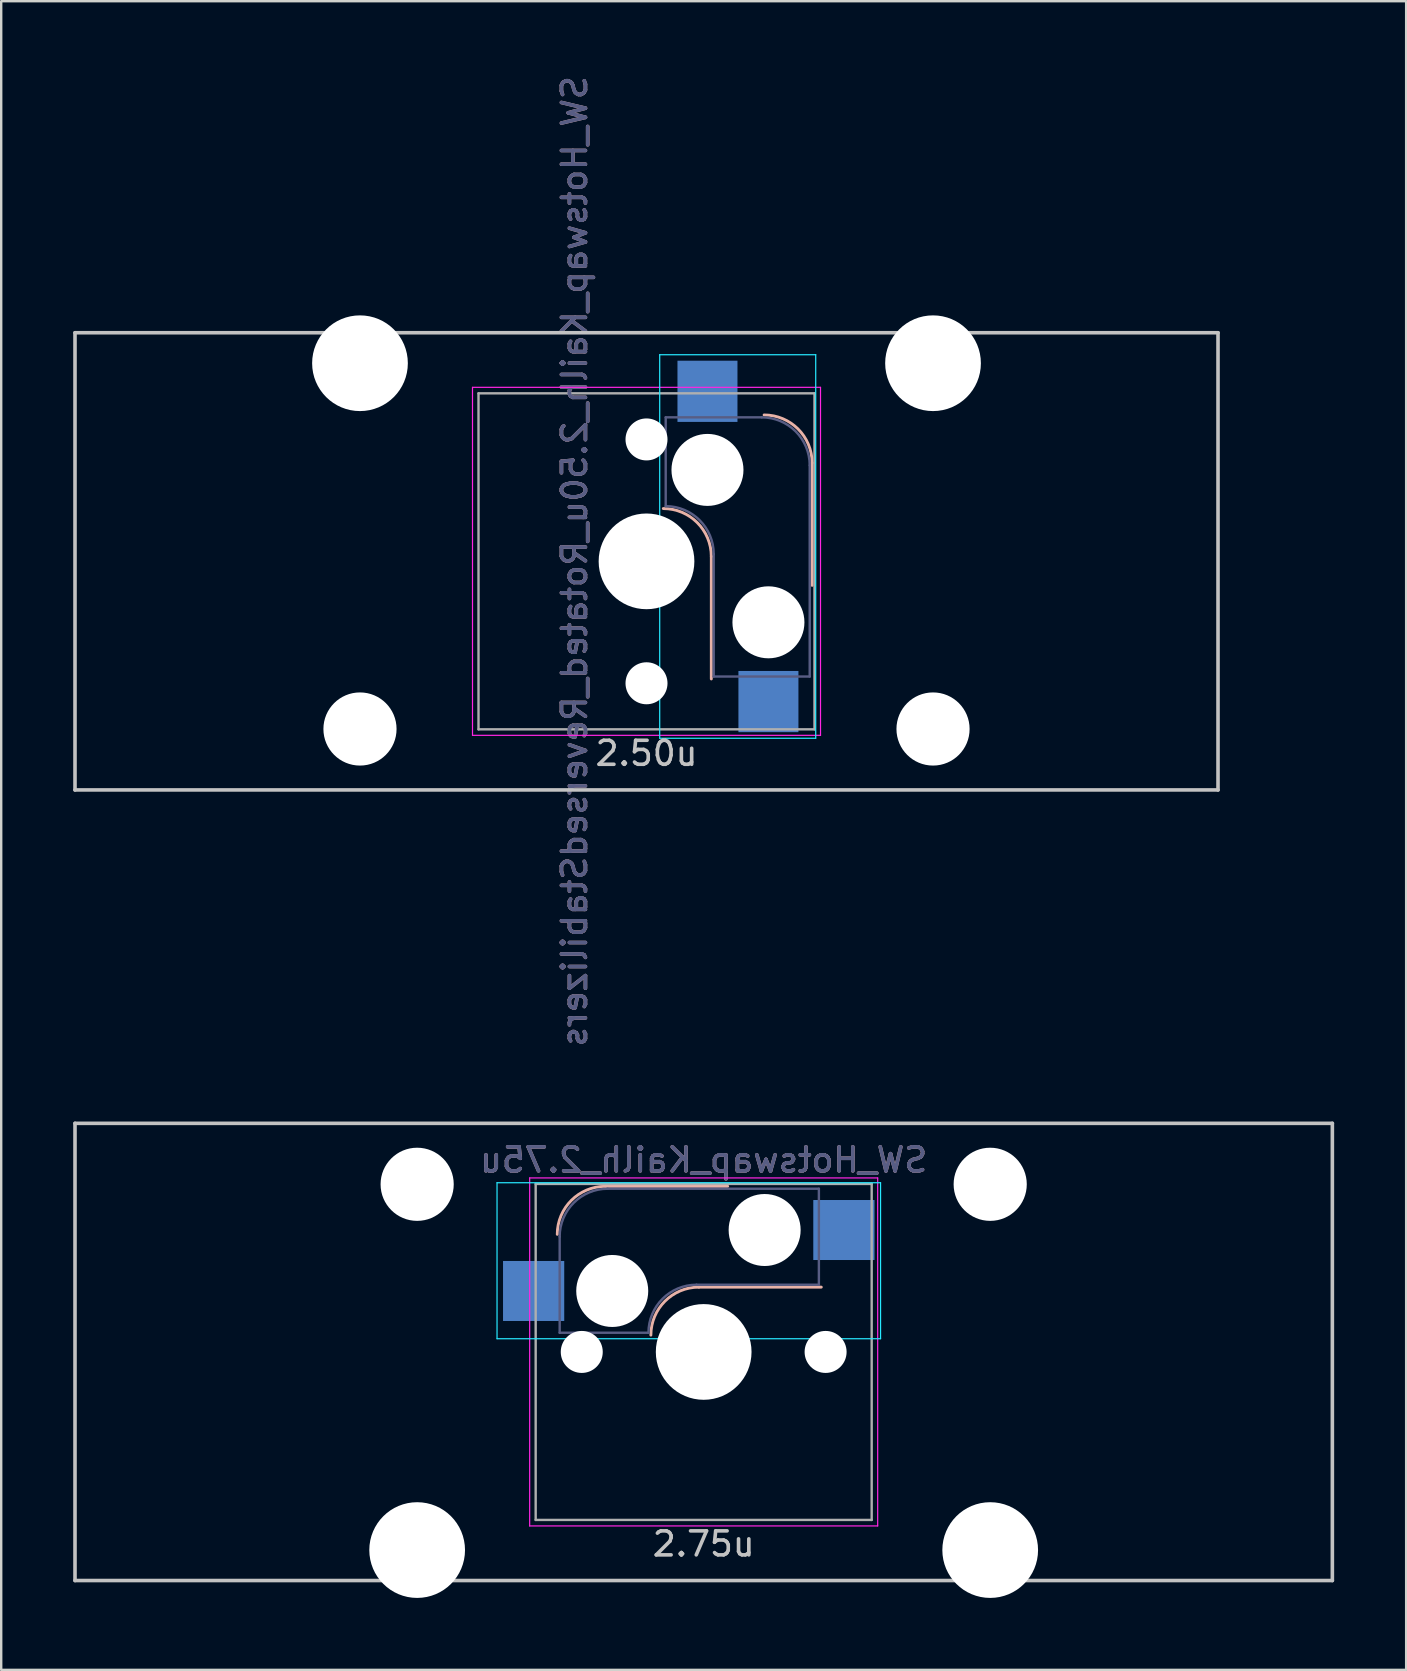
<source format=kicad_pcb>
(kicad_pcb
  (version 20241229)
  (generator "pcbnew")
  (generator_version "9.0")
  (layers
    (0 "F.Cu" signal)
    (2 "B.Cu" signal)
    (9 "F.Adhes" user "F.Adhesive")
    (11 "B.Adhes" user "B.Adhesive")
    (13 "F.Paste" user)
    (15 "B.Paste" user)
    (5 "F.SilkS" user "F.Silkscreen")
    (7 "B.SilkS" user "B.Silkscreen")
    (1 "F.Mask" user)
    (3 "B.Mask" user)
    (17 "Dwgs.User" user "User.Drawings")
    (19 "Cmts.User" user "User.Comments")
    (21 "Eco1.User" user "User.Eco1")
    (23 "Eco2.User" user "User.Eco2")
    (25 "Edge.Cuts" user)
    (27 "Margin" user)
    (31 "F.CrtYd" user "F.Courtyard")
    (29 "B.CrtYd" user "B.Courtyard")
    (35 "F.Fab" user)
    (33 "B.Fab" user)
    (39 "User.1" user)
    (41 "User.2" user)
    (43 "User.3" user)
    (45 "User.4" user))
  (footprint "SW_Hotswap_Kailh_2.75u"
    (layer "F.Cu")
    (at 26.269 53.279)
    (property "Reference" "SW_Hotswap_Kailh_2.75u" (at 0 -8 0) (layer "B.SilkS") (effects (font (size 1 1) (thickness 0.15)) (justify mirror)))
    (attr smd)
    (fp_line (start 1 -6.9) (end -4.1 -6.9) (stroke (width 0.12) (type solid)) (layer "B.SilkS"))
    (fp_line (start 4.9 -2.7) (end -0.2 -2.7) (stroke (width 0.12) (type solid)) (layer "B.SilkS"))
    (fp_arc (start -6.1 -4.9) (mid -5.514214 -6.314214) (end -4.1 -6.9) (stroke (width 0.12) (type solid)) (layer "B.SilkS"))
    (fp_arc (start -2.2 -0.7) (mid -1.614214 -2.114214) (end -0.2 -2.7) (stroke (width 0.12) (type solid)) (layer "B.SilkS"))
    (fp_line (start -26.194 -9.525) (end 26.194 -9.525) (stroke (width 0.15) (type solid)) (layer "Dwgs.User"))
    (fp_line (start -26.194 9.525) (end -26.194 -9.525) (stroke (width 0.15) (type solid)) (layer "Dwgs.User"))
    (fp_line (start 26.194 -9.525) (end 26.194 9.525) (stroke (width 0.15) (type solid)) (layer "Dwgs.User"))
    (fp_line (start 26.194 9.525) (end -26.194 9.525) (stroke (width 0.15) (type solid)) (layer "Dwgs.User"))
    (fp_line (start -8.61 -7.05) (end 7.37 -7.05) (stroke (width 0.05) (type solid)) (layer "B.CrtYd"))
    (fp_line (start -8.61 -0.55) (end -8.61 -7.05) (stroke (width 0.05) (type solid)) (layer "B.CrtYd"))
    (fp_line (start -8.61 -0.55) (end 7.37 -0.55) (stroke (width 0.05) (type solid)) (layer "B.CrtYd"))
    (fp_line (start 7.37 -7.05) (end 7.37 -0.55) (stroke (width 0.05) (type solid)) (layer "B.CrtYd"))
    (fp_line (start -7.25 -7.25) (end 7.25 -7.25) (stroke (width 0.05) (type solid)) (layer "F.CrtYd"))
    (fp_line (start -7.25 7.25) (end -7.25 -7.25) (stroke (width 0.05) (type solid)) (layer "F.CrtYd"))
    (fp_line (start 7.25 -7.25) (end 7.25 7.25) (stroke (width 0.05) (type solid)) (layer "F.CrtYd"))
    (fp_line (start 7.25 7.25) (end -7.25 7.25) (stroke (width 0.05) (type solid)) (layer "F.CrtYd"))
    (fp_line (start -6 -0.8) (end -6 -4.8) (stroke (width 0.1) (type solid)) (layer "B.Fab"))
    (fp_line (start -6 -0.8) (end -2.3 -0.8) (stroke (width 0.1) (type solid)) (layer "B.Fab"))
    (fp_line (start -4 -6.8) (end 4.8 -6.8) (stroke (width 0.1) (type solid)) (layer "B.Fab"))
    (fp_line (start -0.3 -2.8) (end 4.8 -2.8) (stroke (width 0.1) (type solid)) (layer "B.Fab"))
    (fp_line (start 4.8 -6.8) (end 4.8 -2.8) (stroke (width 0.1) (type solid)) (layer "B.Fab"))
    (fp_arc (start -6 -4.8) (mid -5.414214 -6.214214) (end -4 -6.8) (stroke (width 0.1) (type solid)) (layer "B.Fab"))
    (fp_arc (start -2.3 -0.8) (mid -1.714214 -2.214214) (end -0.3 -2.8) (stroke (width 0.1) (type solid)) (layer "B.Fab"))
    (fp_line (start -7 -7) (end 7 -7) (stroke (width 0.1) (type solid)) (layer "F.Fab"))
    (fp_line (start -7 7) (end -7 -7) (stroke (width 0.1) (type solid)) (layer "F.Fab"))
    (fp_line (start 7 -7) (end 7 7) (stroke (width 0.1) (type solid)) (layer "F.Fab"))
    (fp_line (start 7 7) (end -7 7) (stroke (width 0.1) (type solid)) (layer "F.Fab"))
    (fp_text user "2.75u" (at 0 8 0) (layer "Dwgs.User") (effects (font (size 1 1) (thickness 0.15))))
    (fp_text user "${REFERENCE}" (at 0 -8 0) (layer "B.Fab") (effects (font (size 1 1) (thickness 0.15)) (justify mirror)))
    (pad "" np_thru_hole circle (at -11.938 -6.985) (size 3.048 3.048) (drill 3.048) (layers "*.Cu" "*.Mask"))
    (pad "" np_thru_hole circle (at -11.938 8.255) (size 3.988 3.988) (drill 3.988) (layers "*.Cu" "*.Mask"))
    (pad "" np_thru_hole circle (at -5.08 0 48.1) (size 1.75 1.75) (drill 1.75) (layers "*.Cu" "*.Mask"))
    (pad "" np_thru_hole circle (at -3.81 -2.54) (size 3 3) (drill 3) (layers "*.Cu" "*.Mask"))
    (pad "" np_thru_hole circle (at 0 0) (size 3.988 3.988) (drill 3.988) (layers "*.Cu" "*.Mask"))
    (pad "" np_thru_hole circle (at 2.54 -5.08) (size 3 3) (drill 3) (layers "*.Cu" "*.Mask"))
    (pad "" np_thru_hole circle (at 5.08 0 48.1) (size 1.75 1.75) (drill 1.75) (layers "*.Cu" "*.Mask"))
    (pad "" np_thru_hole circle (at 11.938 -6.985) (size 3.048 3.048) (drill 3.048) (layers "*.Cu" "*.Mask"))
    (pad "" np_thru_hole circle (at 11.938 8.255) (size 3.988 3.988) (drill 3.988) (layers "*.Cu" "*.Mask"))
    (pad "1" smd rect (at -7.085 -2.54) (size 2.55 2.5) (layers "B.Cu" "B.Mask" "B.Paste"))
    (pad "2" smd rect (at 5.842 -5.08) (size 2.55 2.5) (layers "B.Cu" "B.Mask" "B.Paste")))
  (footprint "SW_Hotswap_Kailh_2.50u_Rotated_ReversedStabilizers"
    (layer "F.Cu")
    (at 23.887 20.339)
    (property "Reference" "SW_Hotswap_Kailh_2.50u_Rotated_ReversedStabilizers" (at -3 0 90) (layer "B.SilkS") (effects (font (size 1 1) (thickness 0.15)) (justify mirror)))
    (attr smd)
    (fp_line (start 2.7 4.9) (end 2.7 -0.2) (stroke (width 0.12) (type solid)) (layer "B.SilkS"))
    (fp_line (start 6.9 1) (end 6.9 -4.1) (stroke (width 0.12) (type solid)) (layer "B.SilkS"))
    (fp_arc (start 0.7 -2.2) (mid 2.114214 -1.614214) (end 2.7 -0.2) (stroke (width 0.12) (type solid)) (layer "B.SilkS"))
    (fp_arc (start 4.9 -6.1) (mid 6.314214 -5.514214) (end 6.9 -4.1) (stroke (width 0.12) (type solid)) (layer "B.SilkS"))
    (fp_line (start -23.812 -9.525) (end 23.812 -9.525) (stroke (width 0.15) (type solid)) (layer "Dwgs.User"))
    (fp_line (start -23.812 9.525) (end -23.812 -9.525) (stroke (width 0.15) (type solid)) (layer "Dwgs.User"))
    (fp_line (start -23.812 9.525) (end 23.812 9.525) (stroke (width 0.15) (type solid)) (layer "Dwgs.User"))
    (fp_line (start 23.812 -9.525) (end 23.812 9.525) (stroke (width 0.15) (type solid)) (layer "Dwgs.User"))
    (fp_line (start 0.55 -8.61) (end 0.55 7.37) (stroke (width 0.05) (type solid)) (layer "B.CrtYd"))
    (fp_line (start 0.55 -8.61) (end 7.05 -8.61) (stroke (width 0.05) (type solid)) (layer "B.CrtYd"))
    (fp_line (start 7.05 -8.61) (end 7.05 7.37) (stroke (width 0.05) (type solid)) (layer "B.CrtYd"))
    (fp_line (start 7.05 7.37) (end 0.55 7.37) (stroke (width 0.05) (type solid)) (layer "B.CrtYd"))
    (fp_line (start -7.25 -7.25) (end 7.25 -7.25) (stroke (width 0.05) (type solid)) (layer "F.CrtYd"))
    (fp_line (start -7.25 7.25) (end -7.25 -7.25) (stroke (width 0.05) (type solid)) (layer "F.CrtYd"))
    (fp_line (start 7.25 -7.25) (end 7.25 7.25) (stroke (width 0.05) (type solid)) (layer "F.CrtYd"))
    (fp_line (start 7.25 7.25) (end -7.25 7.25) (stroke (width 0.05) (type solid)) (layer "F.CrtYd"))
    (fp_line (start 0.8 -6) (end 0.8 -2.3) (stroke (width 0.1) (type solid)) (layer "B.Fab"))
    (fp_line (start 0.8 -6) (end 4.8 -6) (stroke (width 0.1) (type solid)) (layer "B.Fab"))
    (fp_line (start 2.8 -0.3) (end 2.8 4.8) (stroke (width 0.1) (type solid)) (layer "B.Fab"))
    (fp_line (start 6.8 -4) (end 6.8 4.8) (stroke (width 0.1) (type solid)) (layer "B.Fab"))
    (fp_line (start 6.8 4.8) (end 2.8 4.8) (stroke (width 0.1) (type solid)) (layer "B.Fab"))
    (fp_arc (start 0.8 -2.3) (mid 2.214214 -1.714214) (end 2.8 -0.3) (stroke (width 0.1) (type solid)) (layer "B.Fab"))
    (fp_arc (start 4.8 -6) (mid 6.214214 -5.414214) (end 6.8 -4) (stroke (width 0.1) (type solid)) (layer "B.Fab"))
    (fp_line (start -7 -7) (end 7 -7) (stroke (width 0.1) (type solid)) (layer "F.Fab"))
    (fp_line (start -7 7) (end -7 -7) (stroke (width 0.1) (type solid)) (layer "F.Fab"))
    (fp_line (start 7 -7) (end 7 7) (stroke (width 0.1) (type solid)) (layer "F.Fab"))
    (fp_line (start 7 7) (end -7 7) (stroke (width 0.1) (type solid)) (layer "F.Fab"))
    (fp_text user "2.50u" (at 0 8 0) (layer "Dwgs.User") (effects (font (size 1 1) (thickness 0.15))))
    (fp_text user "${REFERENCE}" (at -3 0 90) (layer "B.Fab") (effects (font (size 1 1) (thickness 0.15)) (justify mirror)))
    (pad "" np_thru_hole circle (at -11.938 -8.255) (size 3.988 3.988) (drill 3.988) (layers "*.Cu" "*.Mask"))
    (pad "" np_thru_hole circle (at -11.938 6.985) (size 3.048 3.048) (drill 3.048) (layers "*.Cu" "*.Mask"))
    (pad "" np_thru_hole circle (at 0 -5.08 318.1) (size 1.75 1.75) (drill 1.75) (layers "*.Cu" "*.Mask"))
    (pad "" np_thru_hole circle (at 0 0 270) (size 3.988 3.988) (drill 3.988) (layers "*.Cu" "*.Mask"))
    (pad "" np_thru_hole circle (at 0 5.08 318.1) (size 1.75 1.75) (drill 1.75) (layers "*.Cu" "*.Mask"))
    (pad "" np_thru_hole circle (at 2.54 -3.81 270) (size 3 3) (drill 3) (layers "*.Cu" "*.Mask"))
    (pad "" np_thru_hole circle (at 5.08 2.54 270) (size 3 3) (drill 3) (layers "*.Cu" "*.Mask"))
    (pad "" np_thru_hole circle (at 11.938 -8.255) (size 3.988 3.988) (drill 3.988) (layers "*.Cu" "*.Mask"))
    (pad "" np_thru_hole circle (at 11.938 6.985) (size 3.048 3.048) (drill 3.048) (layers "*.Cu" "*.Mask"))
    (pad "1" smd rect (at 2.54 -7.085 270) (size 2.55 2.5) (layers "B.Cu" "B.Mask" "B.Paste"))
    (pad "2" smd rect (at 5.08 5.842 270) (size 2.55 2.5) (layers "B.Cu" "B.Mask" "B.Paste")))
  (gr_rect
    (start -3 -3)
    (end 55.538 66.527)
    (stroke (width 0.1) (type default))
    (fill no)
    (layer "Edge.Cuts")))
</source>
